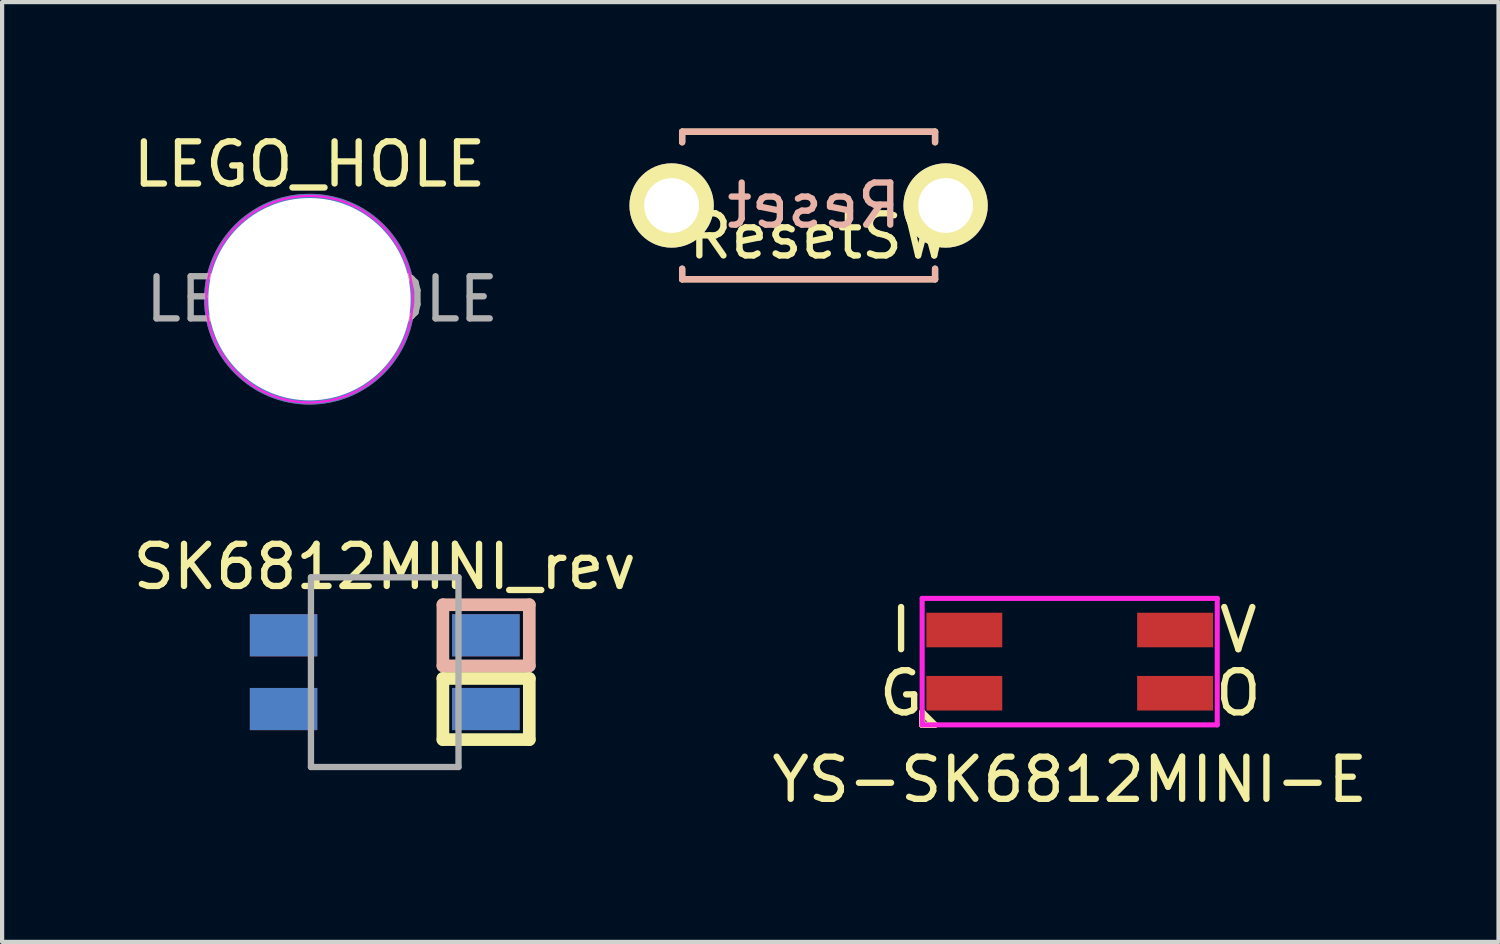
<source format=kicad_pcb>
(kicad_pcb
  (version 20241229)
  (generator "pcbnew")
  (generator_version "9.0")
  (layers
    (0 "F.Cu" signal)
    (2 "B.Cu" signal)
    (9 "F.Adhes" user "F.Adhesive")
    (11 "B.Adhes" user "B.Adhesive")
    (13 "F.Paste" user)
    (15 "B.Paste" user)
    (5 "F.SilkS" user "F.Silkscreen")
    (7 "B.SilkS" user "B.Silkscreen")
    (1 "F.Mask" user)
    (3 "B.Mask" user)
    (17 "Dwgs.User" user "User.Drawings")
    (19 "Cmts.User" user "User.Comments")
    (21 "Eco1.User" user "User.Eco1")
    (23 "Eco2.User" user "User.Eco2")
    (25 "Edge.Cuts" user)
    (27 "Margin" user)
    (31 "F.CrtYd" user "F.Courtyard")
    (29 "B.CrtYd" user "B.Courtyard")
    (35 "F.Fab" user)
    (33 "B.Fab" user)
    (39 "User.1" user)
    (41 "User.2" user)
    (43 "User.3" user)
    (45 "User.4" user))
  (footprint "ResetSW"
    (layer "F.Cu")
    (at 16.133 1.825)
    (property "Reference" "ResetSW" (at 0.265 0.73 0) (layer "F.SilkS") (effects (font (size 1 1) (thickness 0.15))))
    (attr through_hole)
    (fp_line (start -3 -1.75) (end -3 -1.5) (stroke (width 0.15) (type solid)) (layer "F.SilkS"))
    (fp_line (start -3 -1.75) (end 3 -1.75) (stroke (width 0.15) (type solid)) (layer "F.SilkS"))
    (fp_line (start -3 1.75) (end -3 1.5) (stroke (width 0.15) (type solid)) (layer "F.SilkS"))
    (fp_line (start -3 1.75) (end 3 1.75) (stroke (width 0.15) (type solid)) (layer "F.SilkS"))
    (fp_line (start 3 -1.75) (end 3 -1.5) (stroke (width 0.15) (type solid)) (layer "F.SilkS"))
    (fp_line (start 3 1.75) (end 3 1.5) (stroke (width 0.15) (type solid)) (layer "F.SilkS"))
    (fp_line (start -3 -1.75) (end 3 -1.75) (stroke (width 0.15) (type solid)) (layer "B.SilkS"))
    (fp_line (start -3 -1.5) (end -3 -1.75) (stroke (width 0.15) (type solid)) (layer "B.SilkS"))
    (fp_line (start -3 1.75) (end -3 1.5) (stroke (width 0.15) (type solid)) (layer "B.SilkS"))
    (fp_line (start 3 -1.75) (end 3 -1.5) (stroke (width 0.15) (type solid)) (layer "B.SilkS"))
    (fp_line (start 3 1.5) (end 3 1.75) (stroke (width 0.15) (type solid)) (layer "B.SilkS"))
    (fp_line (start 3 1.75) (end -3 1.75) (stroke (width 0.15) (type solid)) (layer "B.SilkS"))
    (fp_text user "Reset" (at 0.127 0 0) (layer "B.SilkS") (effects (font (size 1 1) (thickness 0.15)) (justify mirror)))
    (pad "1" thru_hole circle (at 3.25 0) (size 2 2) (drill 1.3) (layers "*.Cu" "*.Mask" "F.SilkS"))
    (pad "2" thru_hole circle (at -3.25 0) (size 2 2) (drill 1.3) (layers "*.Cu" "*.Mask" "F.SilkS")))
  (footprint "YS-SK6812MINI-E"
    (layer "F.Cu")
    (at 22.327 12.646)
    (property "Reference" "YS-SK6812MINI-E" (at 0 2.8 0) (layer "F.SilkS") (effects (font (size 1 1) (thickness 0.15))))
    (attr through_hole)
    (fp_line (start -3.5 1.2) (end -3.2 1.5) (stroke (width 0.15) (type solid)) (layer "F.SilkS"))
    (fp_line (start -3.5 1.5) (end -3.5 1.2) (stroke (width 0.15) (type solid)) (layer "F.SilkS"))
    (fp_line (start -3.2 1.5) (end -3.5 1.5) (stroke (width 0.15) (type solid)) (layer "F.SilkS"))
    (fp_line (start -1.7 -1.5) (end -1.7 1.5) (stroke (width 0.12) (type solid)) (layer "Eco1.User"))
    (fp_line (start -1.7 1.5) (end 1.7 1.5) (stroke (width 0.12) (type solid)) (layer "Eco1.User"))
    (fp_line (start 1.7 -1.5) (end -1.7 -1.5) (stroke (width 0.12) (type solid)) (layer "Eco1.User"))
    (fp_line (start 1.7 1.5) (end 1.7 -1.5) (stroke (width 0.12) (type solid)) (layer "Eco1.User"))
    (fp_line (start -3.5 -1.5) (end -3.5 1.5) (stroke (width 0.12) (type solid)) (layer "F.CrtYd"))
    (fp_line (start -3.5 1.5) (end 3.5 1.5) (stroke (width 0.12) (type solid)) (layer "F.CrtYd"))
    (fp_line (start 3.5 -1.5) (end -3.5 -1.5) (stroke (width 0.12) (type solid)) (layer "F.CrtYd"))
    (fp_line (start 3.5 1.5) (end 3.5 -1.5) (stroke (width 0.12) (type solid)) (layer "F.CrtYd"))
    (fp_text user "O" (at 4 0.75 0) (layer "F.SilkS") (effects (font (size 1 1) (thickness 0.15))))
    (fp_text user "G" (at -4 0.75 0) (layer "F.SilkS") (effects (font (size 1 1) (thickness 0.15))))
    (fp_text user "V" (at 4 -0.75 0) (layer "F.SilkS") (effects (font (size 1 1) (thickness 0.15))))
    (fp_text user "I" (at -4 -0.75 0) (layer "F.SilkS") (effects (font (size 1 1) (thickness 0.15))))
    (fp_text user "Bottom Side" (at 0 -2.25 0) (layer "Eco1.User") (effects (font (size 1 1) (thickness 0.15))))
    (fp_text user "Up Side" (at 0 -2.25 0) (layer "Eco1.User") (effects (font (size 1 1) (thickness 0.15)) (justify mirror)))
    (pad "1" smd rect (at 2.5 -0.75) (size 1.8 0.82) (layers "F.Cu" "F.Mask" "F.Paste"))
    (pad "2" smd rect (at 2.5 0.75) (size 1.8 0.82) (layers "F.Cu" "F.Mask" "F.Paste"))
    (pad "3" smd rect (at -2.5 0.75) (size 1.8 0.82) (layers "F.Cu" "F.Mask" "F.Paste"))
    (pad "4" smd rect (at -2.5 -0.75) (size 1.8 0.82) (layers "F.Cu" "F.Mask" "F.Paste")))
  (footprint "SK6812MINI_rev"
    (layer "F.Cu")
    (at 6.077 12.896)
    (property "Reference" "SK6812MINI_rev" (at 0 -2.5 0) (layer "F.SilkS") (effects (font (size 1 1) (thickness 0.15))))
    (attr through_hole)
    (fp_line (start 1.38 0.15) (end 3.43 0.15) (stroke (width 0.3) (type solid)) (layer "F.SilkS"))
    (fp_line (start 1.38 1.6) (end 1.38 0.15) (stroke (width 0.3) (type solid)) (layer "F.SilkS"))
    (fp_line (start 3.43 0.15) (end 3.43 1.6) (stroke (width 0.3) (type solid)) (layer "F.SilkS"))
    (fp_line (start 3.43 1.6) (end 1.38 1.6) (stroke (width 0.3) (type solid)) (layer "F.SilkS"))
    (fp_line (start 1.38 -1.6) (end 3.43 -1.6) (stroke (width 0.3) (type solid)) (layer "B.SilkS"))
    (fp_line (start 1.38 -0.15) (end 1.38 -1.6) (stroke (width 0.3) (type solid)) (layer "B.SilkS"))
    (fp_line (start 3.43 -1.6) (end 3.43 -0.15) (stroke (width 0.3) (type solid)) (layer "B.SilkS"))
    (fp_line (start 3.43 -0.15) (end 1.38 -0.15) (stroke (width 0.3) (type solid)) (layer "B.SilkS"))
    (fp_line (start -1.75 -2.25) (end -1.75 2.25) (stroke (width 0.15) (type solid)) (layer "F.Fab"))
    (fp_line (start -1.75 -2.25) (end 1.75 -2.25) (stroke (width 0.15) (type solid)) (layer "F.Fab"))
    (fp_line (start 1.75 -2.25) (end 1.75 2.25) (stroke (width 0.15) (type solid)) (layer "F.Fab"))
    (fp_line (start 1.75 2.25) (end -1.75 2.25) (stroke (width 0.15) (type solid)) (layer "F.Fab"))
    (pad "1" smd rect (at -2.4 -0.875) (size 1.6 1) (layers "B.Cu" "B.Mask" "B.Paste"))
    (pad "1" smd rect (at -2.4 0.875) (size 1.6 1) (layers "F.Cu" "F.Mask" "F.Paste"))
    (pad "2" smd rect (at -2.4 -0.875) (size 1.6 1) (layers "F.Cu" "F.Mask" "F.Paste"))
    (pad "2" smd rect (at -2.4 0.875) (size 1.6 1) (layers "B.Cu" "B.Mask" "B.Paste"))
    (pad "3" smd rect (at 2.4 -0.875) (size 1.6 1) (layers "F.Cu" "F.Mask" "F.Paste"))
    (pad "3" smd rect (at 2.4 0.875) (size 1.6 1) (layers "B.Cu" "B.Mask" "B.Paste"))
    (pad "4" smd rect (at 2.4 -0.875) (size 1.6 1) (layers "B.Cu" "B.Mask" "B.Paste"))
    (pad "4" smd rect (at 2.4 0.875) (size 1.6 1) (layers "F.Cu" "F.Mask" "F.Paste")))
  (footprint "LEGO_HOLE"
    (layer "F.Cu")
    (at 4.292 4.048)
    (property "Reference" "LEGO_HOLE" (at 0 -3.2 0) (layer "F.SilkS") (effects (font (size 1 1) (thickness 0.15))))
    (attr exclude_from_pos_files exclude_from_bom)
    (fp_circle (center 0 0) (end 2.2 0) (stroke (width 0.15) (type solid)) (fill no) (layer "Cmts.User"))
    (fp_circle (center 0 0) (end 2.45 0) (stroke (width 0.05) (type solid)) (fill no) (layer "F.CrtYd"))
    (fp_text user "${REFERENCE}" (at 0.3 0 0) (layer "F.Fab") (effects (font (size 1 1) (thickness 0.15))))
    (pad "" thru_hole circle (at 0 0) (size 5 5) (drill 4.8) (layers "*.Cu" "*.Mask")))
  (gr_rect
    (start -3 -3)
    (end 32.5 19.295)
    (stroke (width 0.1) (type default))
    (fill no)
    (layer "Edge.Cuts")))
</source>
